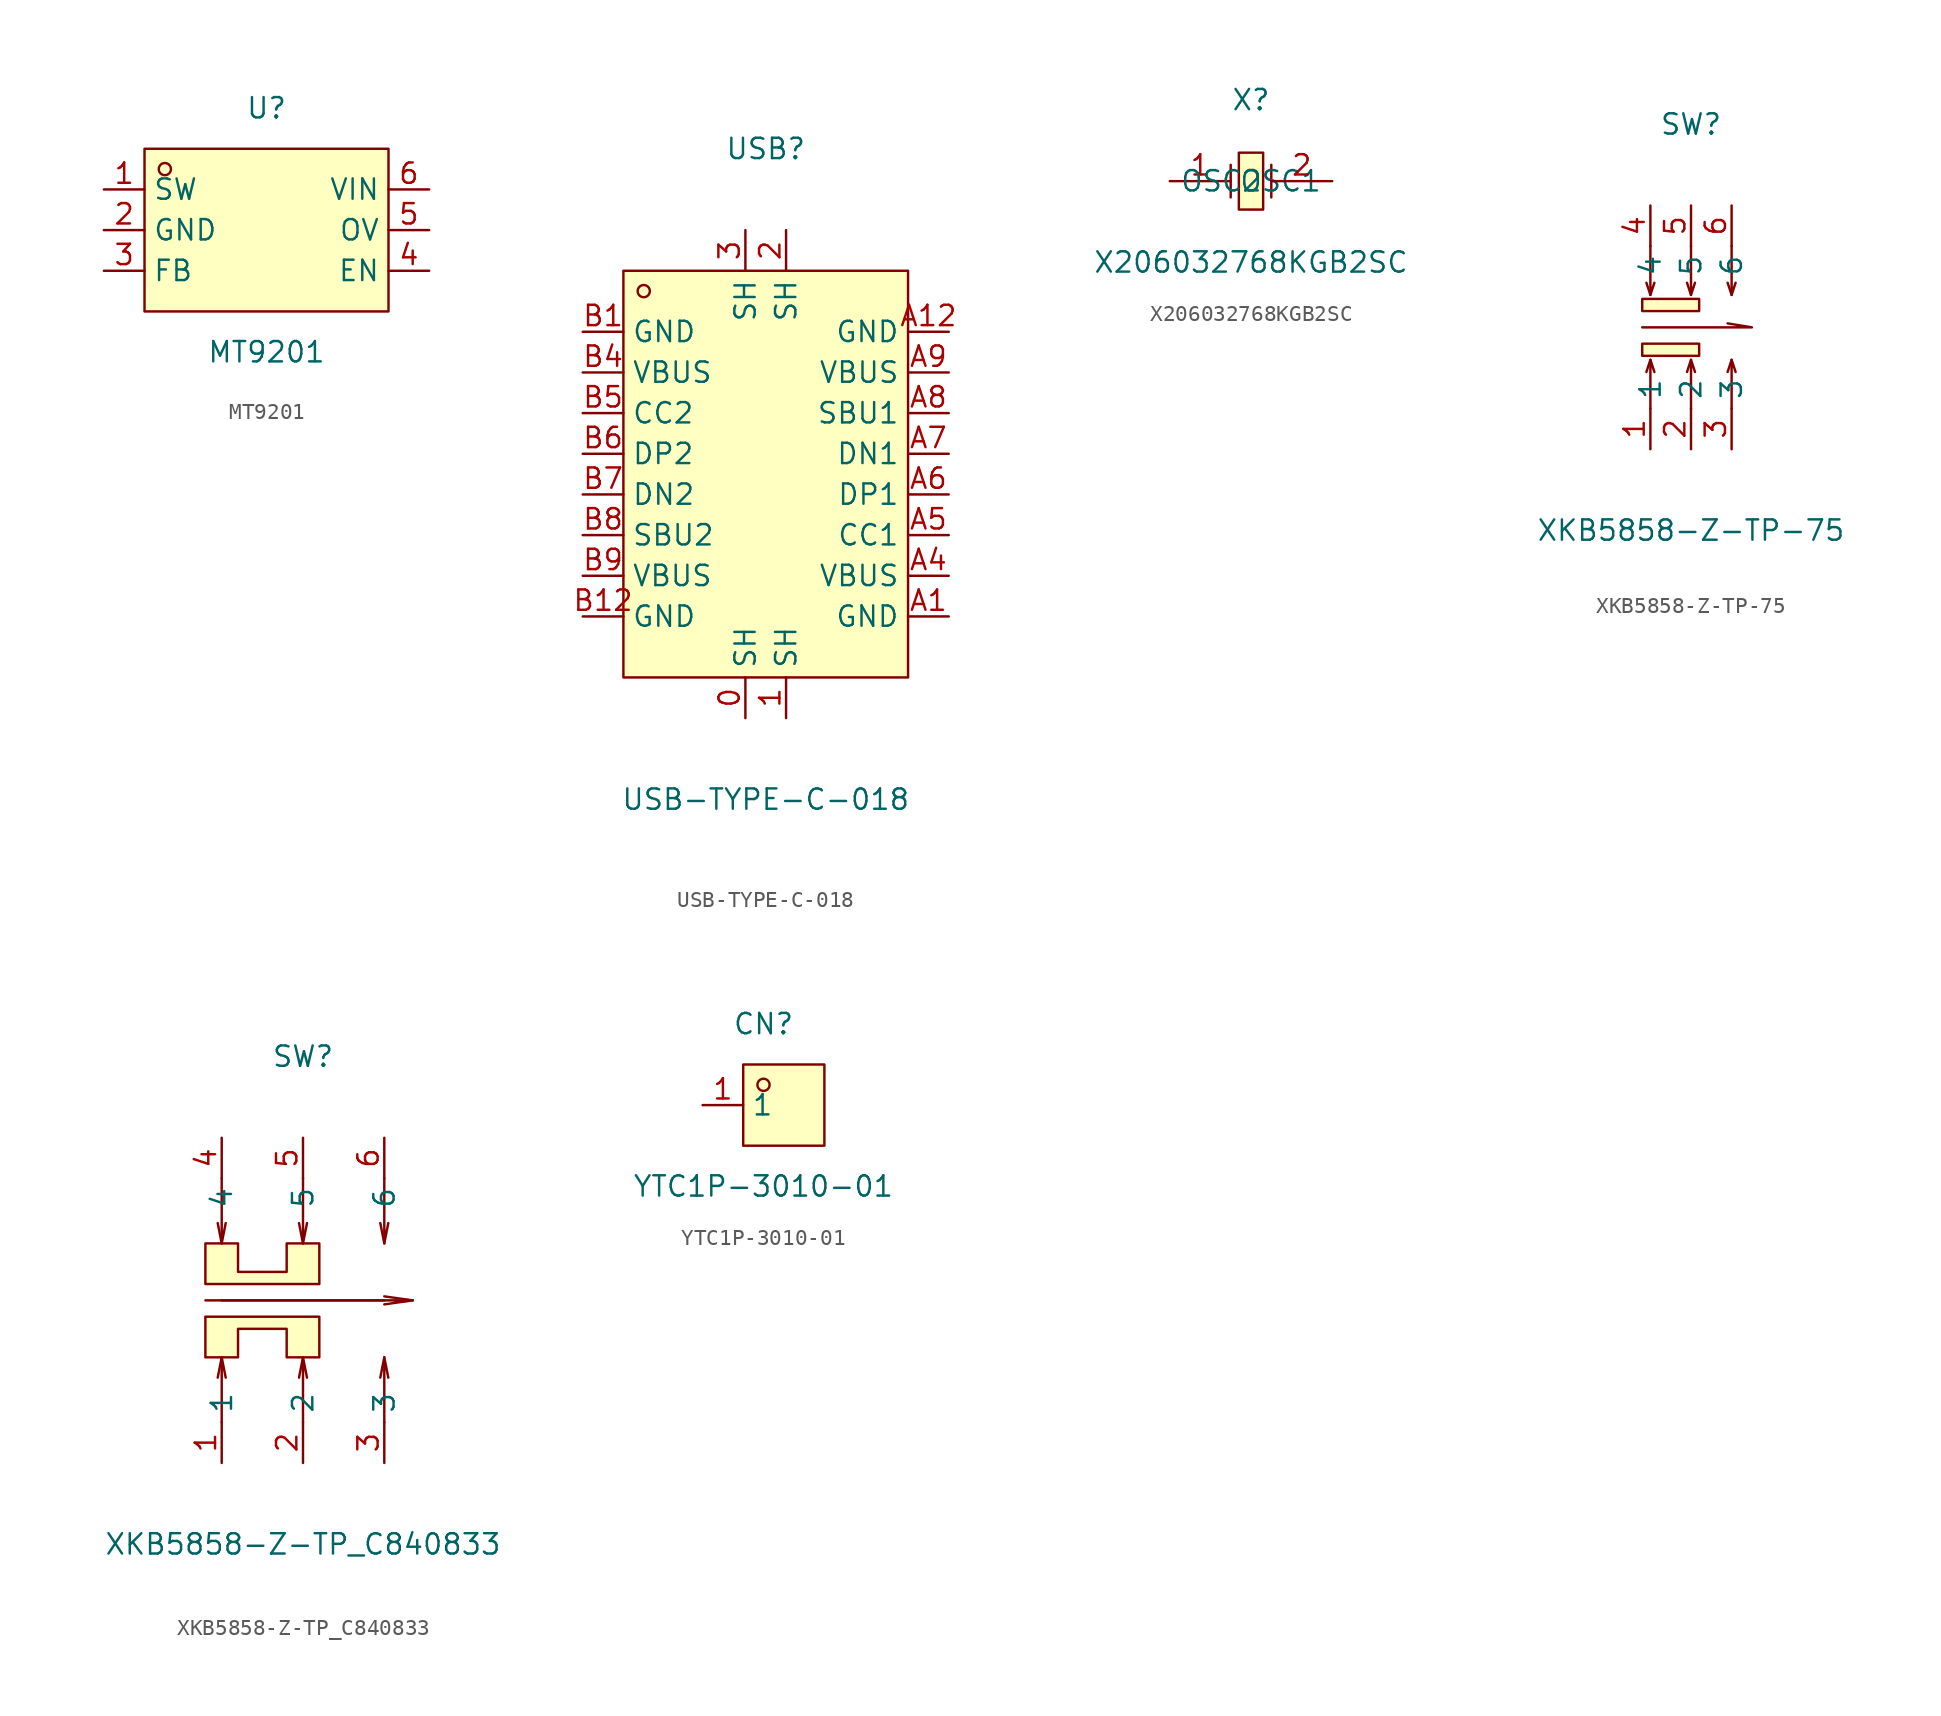
<source format=kicad_sym>
(kicad_symbol_lib
  (version 20241209)
  (generator "kicad_symbol_editor")
  (generator_version "9.0")
  (symbol "MT9201"
    (property "Reference" "U"
      (at 0 7.62 0)
      (effects (font (size 1.27 1.27))))
    (property "Value" "MT9201"
      (at 0 -7.62 0)
      (effects (font (size 1.27 1.27))))
    (symbol "MT9201_0_1"
      (rectangle (start -7.62 5.08) (end 7.62 -5.08) (stroke (width 0) (type default) (color 0 0 0 0)) (fill (type background)))
      (circle (center -6.35 3.81) (radius 0.38) (stroke (width 0) (type default) (color 0 0 0 0)) (fill (type none)))
      (pin unspecified line (at -10.16 2.54 0) (length 2.54) (name "SW" (effects (font (size 1.27 1.27)))) (number "1" (effects (font (size 1.27 1.27)))))
      (pin unspecified line (at -10.16 -0.00 0) (length 2.54) (name "GND" (effects (font (size 1.27 1.27)))) (number "2" (effects (font (size 1.27 1.27)))))
      (pin unspecified line (at -10.16 -2.54 0) (length 2.54) (name "FB" (effects (font (size 1.27 1.27)))) (number "3" (effects (font (size 1.27 1.27)))))
      (pin unspecified line (at 10.16 -2.54 180) (length 2.54) (name "EN" (effects (font (size 1.27 1.27)))) (number "4" (effects (font (size 1.27 1.27)))))
      (pin unspecified line (at 10.16 -0.00 180) (length 2.54) (name "OV" (effects (font (size 1.27 1.27)))) (number "5" (effects (font (size 1.27 1.27)))))
      (pin unspecified line (at 10.16 2.54 180) (length 2.54) (name "VIN" (effects (font (size 1.27 1.27)))) (number "6" (effects (font (size 1.27 1.27)))))))
  (symbol "USB-TYPE-C-018"
    (property "Reference" "USB"
      (at 0 20.32 0)
      (effects (font (size 1.27 1.27))))
    (property "Value" "USB-TYPE-C-018"
      (at 0 -20.32 0)
      (effects (font (size 1.27 1.27))))
    (symbol "USB-TYPE-C-018_0_1"
      (rectangle (start -8.89 12.7) (end 8.89 -12.7) (stroke (width 0) (type default)) (fill (type background)))
      (circle (center -7.62 11.43) (radius 0.38) (stroke (width 0) (type default)) (fill (type none)))
      (pin unspecified line (at -11.43 8.89 0) (length 2.54) (name "GND" (effects (font (size 1.27 1.27)))) (number "B1" (effects (font (size 1.27 1.27)))))
      (pin unspecified line (at -11.43 6.35 0) (length 2.54) (name "VBUS" (effects (font (size 1.27 1.27)))) (number "B4" (effects (font (size 1.27 1.27)))))
      (pin unspecified line (at -11.43 3.81 0) (length 2.54) (name "CC2" (effects (font (size 1.27 1.27)))) (number "B5" (effects (font (size 1.27 1.27)))))
      (pin unspecified line (at -11.43 1.27 0) (length 2.54) (name "DP2" (effects (font (size 1.27 1.27)))) (number "B6" (effects (font (size 1.27 1.27)))))
      (pin unspecified line (at -11.43 -1.27 0) (length 2.54) (name "DN2" (effects (font (size 1.27 1.27)))) (number "B7" (effects (font (size 1.27 1.27)))))
      (pin unspecified line (at -11.43 -3.81 0) (length 2.54) (name "SBU2" (effects (font (size 1.27 1.27)))) (number "B8" (effects (font (size 1.27 1.27)))))
      (pin unspecified line (at -11.43 -6.35 0) (length 2.54) (name "VBUS" (effects (font (size 1.27 1.27)))) (number "B9" (effects (font (size 1.27 1.27)))))
      (pin unspecified line (at -11.43 -8.89 0) (length 2.54) (name "GND" (effects (font (size 1.27 1.27)))) (number "B12" (effects (font (size 1.27 1.27)))))
      (pin unspecified line (at -1.27 15.24 270) (length 2.54) (name "SH" (effects (font (size 1.27 1.27)))) (number "3" (effects (font (size 1.27 1.27)))))
      (pin unspecified line (at -1.27 -15.24 90) (length 2.54) (name "SH" (effects (font (size 1.27 1.27)))) (number "0" (effects (font (size 1.27 1.27)))))
      (pin unspecified line (at 1.27 15.24 270) (length 2.54) (name "SH" (effects (font (size 1.27 1.27)))) (number "2" (effects (font (size 1.27 1.27)))))
      (pin unspecified line (at 11.43 8.89 180) (length 2.54) (name "GND" (effects (font (size 1.27 1.27)))) (number "A12" (effects (font (size 1.27 1.27)))))
      (pin unspecified line (at 11.43 6.35 180) (length 2.54) (name "VBUS" (effects (font (size 1.27 1.27)))) (number "A9" (effects (font (size 1.27 1.27)))))
      (pin unspecified line (at 11.43 3.81 180) (length 2.54) (name "SBU1" (effects (font (size 1.27 1.27)))) (number "A8" (effects (font (size 1.27 1.27)))))
      (pin unspecified line (at 11.43 1.27 180) (length 2.54) (name "DN1" (effects (font (size 1.27 1.27)))) (number "A7" (effects (font (size 1.27 1.27)))))
      (pin unspecified line (at 11.43 -1.27 180) (length 2.54) (name "DP1" (effects (font (size 1.27 1.27)))) (number "A6" (effects (font (size 1.27 1.27)))))
      (pin unspecified line (at 11.43 -3.81 180) (length 2.54) (name "CC1" (effects (font (size 1.27 1.27)))) (number "A5" (effects (font (size 1.27 1.27)))))
      (pin unspecified line (at 11.43 -6.35 180) (length 2.54) (name "VBUS" (effects (font (size 1.27 1.27)))) (number "A4" (effects (font (size 1.27 1.27)))))
      (pin unspecified line (at 11.43 -8.89 180) (length 2.54) (name "GND" (effects (font (size 1.27 1.27)))) (number "A1" (effects (font (size 1.27 1.27))))))
    (symbol "USB-TYPE-C-018_1_1"
      (pin unspecified line (at 1.27 -15.24 90) (length 2.54) (name "SH" (effects (font (size 1.27 1.27)))) (number "1" (effects (font (size 1.27 1.27)))))))
  (symbol "X206032768KGB2SC"
    (property "Reference" "X"
      (at 0 5.08 0)
      (effects (font (size 1.27 1.27))))
    (property "Value" "X206032768KGB2SC"
      (at 0 -5.08 0)
      (effects (font (size 1.27 1.27))))
    (symbol "X206032768KGB2SC_0_1"
      (polyline (pts (xy -1.27 1.02) (xy -1.27 -1.02)) (stroke (width 0) (type default)) (fill (type none)))
      (rectangle (start -0.76 1.78) (end 0.76 -1.78) (stroke (width 0) (type default)) (fill (type background)))
      (polyline (pts (xy 1.27 1.02) (xy 1.27 -1.02)) (stroke (width 0) (type default)) (fill (type none)))
      (pin unspecified line (at -5.08 0 0) (length 3.81) (name "OSC1" (effects (font (size 1.27 1.27)))) (number "1" (effects (font (size 1.27 1.27)))))
      (pin unspecified line (at 5.08 0 180) (length 3.81) (name "OSC2" (effects (font (size 1.27 1.27)))) (number "2" (effects (font (size 1.27 1.27)))))))
  (symbol "XKB5858-Z-TP-75"
    (property "Reference" "SW"
      (at 0 12.7 0)
      (effects (font (size 1.27 1.27))))
    (property "Value" "XKB5858-Z-TP-75"
      (at 0 -12.7 0)
      (effects (font (size 1.27 1.27))))
    (symbol "XKB5858-Z-TP-75_0_1"
      (rectangle (start -3.05 1.78) (end 0.51 1.02) (stroke (width 0) (type default)) (fill (type background)))
      (polyline (pts (xy -3.05 0) (xy 3.81 0) (xy 2.29 0.25)) (stroke (width 0) (type default)) (fill (type none)))
      (rectangle (start -3.05 -1.02) (end 0.51 -1.78) (stroke (width 0) (type default)) (fill (type background)))
      (polyline (pts (xy -2.54 5.08) (xy -2.54 2.03) (xy -2.29 2.79)) (stroke (width 0) (type default)) (fill (type none)))
      (polyline (pts (xy -2.54 2.03) (xy -2.79 2.79)) (stroke (width 0) (type default)) (fill (type none)))
      (polyline (pts (xy -2.54 -2.03) (xy -2.79 -2.79)) (stroke (width 0) (type default)) (fill (type none)))
      (polyline (pts (xy -2.54 -5.08) (xy -2.54 -2.03) (xy -2.29 -2.79)) (stroke (width 0) (type default)) (fill (type none)))
      (polyline (pts (xy 0 5.08) (xy 0 2.03) (xy 0.25 2.79)) (stroke (width 0) (type default)) (fill (type none)))
      (polyline (pts (xy 0 2.03) (xy -0.25 2.79)) (stroke (width 0) (type default)) (fill (type none)))
      (polyline (pts (xy 0 -2.03) (xy -0.25 -2.79)) (stroke (width 0) (type default)) (fill (type none)))
      (polyline (pts (xy 0 -5.08) (xy 0 -2.03) (xy 0.25 -2.79)) (stroke (width 0) (type default)) (fill (type none)))
      (polyline (pts (xy 2.54 5.08) (xy 2.54 2.03) (xy 2.79 2.79)) (stroke (width 0) (type default)) (fill (type none)))
      (polyline (pts (xy 2.54 2.03) (xy 2.29 2.79)) (stroke (width 0) (type default)) (fill (type none)))
      (polyline (pts (xy 2.54 -2.03) (xy 2.29 -2.79)) (stroke (width 0) (type default)) (fill (type none)))
      (polyline (pts (xy 2.54 -5.08) (xy 2.54 -2.03) (xy 2.79 -2.79)) (stroke (width 0) (type default)) (fill (type none)))
      (pin unspecified line (at -2.54 7.62 270) (length 2.54) (name "4" (effects (font (size 1.27 1.27)))) (number "4" (effects (font (size 1.27 1.27)))))
      (pin unspecified line (at -2.54 -7.62 90) (length 2.54) (name "1" (effects (font (size 1.27 1.27)))) (number "1" (effects (font (size 1.27 1.27)))))
      (pin unspecified line (at 0 7.62 270) (length 2.54) (name "5" (effects (font (size 1.27 1.27)))) (number "5" (effects (font (size 1.27 1.27)))))
      (pin unspecified line (at 0 -7.62 90) (length 2.54) (name "2" (effects (font (size 1.27 1.27)))) (number "2" (effects (font (size 1.27 1.27)))))
      (pin unspecified line (at 2.54 7.62 270) (length 2.54) (name "6" (effects (font (size 1.27 1.27)))) (number "6" (effects (font (size 1.27 1.27)))))
      (pin unspecified line (at 2.54 -7.62 90) (length 2.54) (name "3" (effects (font (size 1.27 1.27)))) (number "3" (effects (font (size 1.27 1.27)))))))
  (symbol "XKB5858-Z-TP_C840833"
    (property "Reference" "SW"
      (at 0 15.24 0)
      (effects (font (size 1.27 1.27))))
    (property "Value" "XKB5858-Z-TP_C840833"
      (at 0 -15.24 0)
      (effects (font (size 1.27 1.27))))
    (symbol "XKB5858-Z-TP_C840833_0_1"
      (polyline (pts (xy -6.1 1.02) (xy -6.1 3.56) (xy -4.06 3.56) (xy -4.06 1.78) (xy -1.02 1.78) (xy -1.02 3.56) (xy 1.02 3.56) (xy 1.02 1.02) (xy -6.1 1.02)) (stroke (width 0) (type default)) (fill (type background)))
      (polyline (pts (xy -6.1 -1.02) (xy -6.1 -3.56) (xy -4.06 -3.56) (xy -4.06 -1.78) (xy -1.02 -1.78) (xy -1.02 -3.56) (xy 1.02 -3.56) (xy 1.02 -1.02) (xy -6.1 -1.02)) (stroke (width 0) (type default)) (fill (type background)))
      (polyline (pts (xy -5.08 7.62) (xy -5.08 3.56) (xy -4.83 4.83)) (stroke (width 0) (type default)) (fill (type none)))
      (polyline (pts (xy -5.08 3.56) (xy -5.33 4.83)) (stroke (width 0) (type default)) (fill (type none)))
      (polyline (pts (xy -5.08 0) (xy 6.86 0) (xy 5.08 -0.25)) (stroke (width 0) (type default)) (fill (type none)))
      (polyline (pts (xy -5.08 -3.56) (xy -5.33 -4.83)) (stroke (width 0) (type default)) (fill (type none)))
      (polyline (pts (xy -5.08 -7.62) (xy -5.08 -3.56) (xy -4.83 -4.83)) (stroke (width 0) (type default)) (fill (type none)))
      (polyline (pts (xy 0 7.62) (xy 0 3.56) (xy 0.25 4.83)) (stroke (width 0) (type default)) (fill (type none)))
      (polyline (pts (xy 0 3.56) (xy -0.25 4.83)) (stroke (width 0) (type default)) (fill (type none)))
      (polyline (pts (xy 0 -3.56) (xy -0.25 -4.83)) (stroke (width 0) (type default)) (fill (type none)))
      (polyline (pts (xy 0 -7.62) (xy 0 -3.56) (xy 0.25 -4.83)) (stroke (width 0) (type default)) (fill (type none)))
      (polyline (pts (xy 5.08 7.62) (xy 5.08 3.56) (xy 5.33 4.83)) (stroke (width 0) (type default)) (fill (type none)))
      (polyline (pts (xy 5.08 3.56) (xy 4.83 4.83)) (stroke (width 0) (type default)) (fill (type none)))
      (polyline (pts (xy 5.08 0) (xy -6.1 0)) (stroke (width 0) (type default)) (fill (type none)))
      (polyline (pts (xy 5.08 -3.56) (xy 4.83 -4.83)) (stroke (width 0) (type default)) (fill (type none)))
      (polyline (pts (xy 5.08 -7.62) (xy 5.08 -3.56) (xy 5.33 -4.83)) (stroke (width 0) (type default)) (fill (type none)))
      (polyline (pts (xy 6.86 0) (xy 5.08 0.25)) (stroke (width 0) (type default)) (fill (type none)))
      (pin unspecified line (at -5.08 10.16 270) (length 2.54) (name "4" (effects (font (size 1.27 1.27)))) (number "4" (effects (font (size 1.27 1.27)))))
      (pin unspecified line (at -5.08 -10.16 90) (length 2.54) (name "1" (effects (font (size 1.27 1.27)))) (number "1" (effects (font (size 1.27 1.27)))))
      (pin unspecified line (at 0 10.16 270) (length 2.54) (name "5" (effects (font (size 1.27 1.27)))) (number "5" (effects (font (size 1.27 1.27)))))
      (pin unspecified line (at 0 -10.16 90) (length 2.54) (name "2" (effects (font (size 1.27 1.27)))) (number "2" (effects (font (size 1.27 1.27)))))
      (pin unspecified line (at 5.08 10.16 270) (length 2.54) (name "6" (effects (font (size 1.27 1.27)))) (number "6" (effects (font (size 1.27 1.27)))))
      (pin unspecified line (at 5.08 -10.16 90) (length 2.54) (name "3" (effects (font (size 1.27 1.27)))) (number "3" (effects (font (size 1.27 1.27)))))))
  (symbol "YTC1P-3010-01"
    (property "Reference" "CN"
      (at 0 5.08 0)
      (effects (font (size 1.27 1.27))))
    (property "Value" "YTC1P-3010-01"
      (at 0 -5.08 0)
      (effects (font (size 1.27 1.27))))
    (symbol "YTC1P-3010-01_0_1"
      (rectangle (start -1.27 2.54) (end 3.81 -2.54) (stroke (width 0) (type default)) (fill (type background)))
      (circle (center 0 1.27) (radius 0.38) (stroke (width 0) (type default)) (fill (type none)))
      (pin unspecified line (at -3.81 0 0) (length 2.54) (name "1" (effects (font (size 1.27 1.27)))) (number "1" (effects (font (size 1.27 1.27))))))))
</source>
